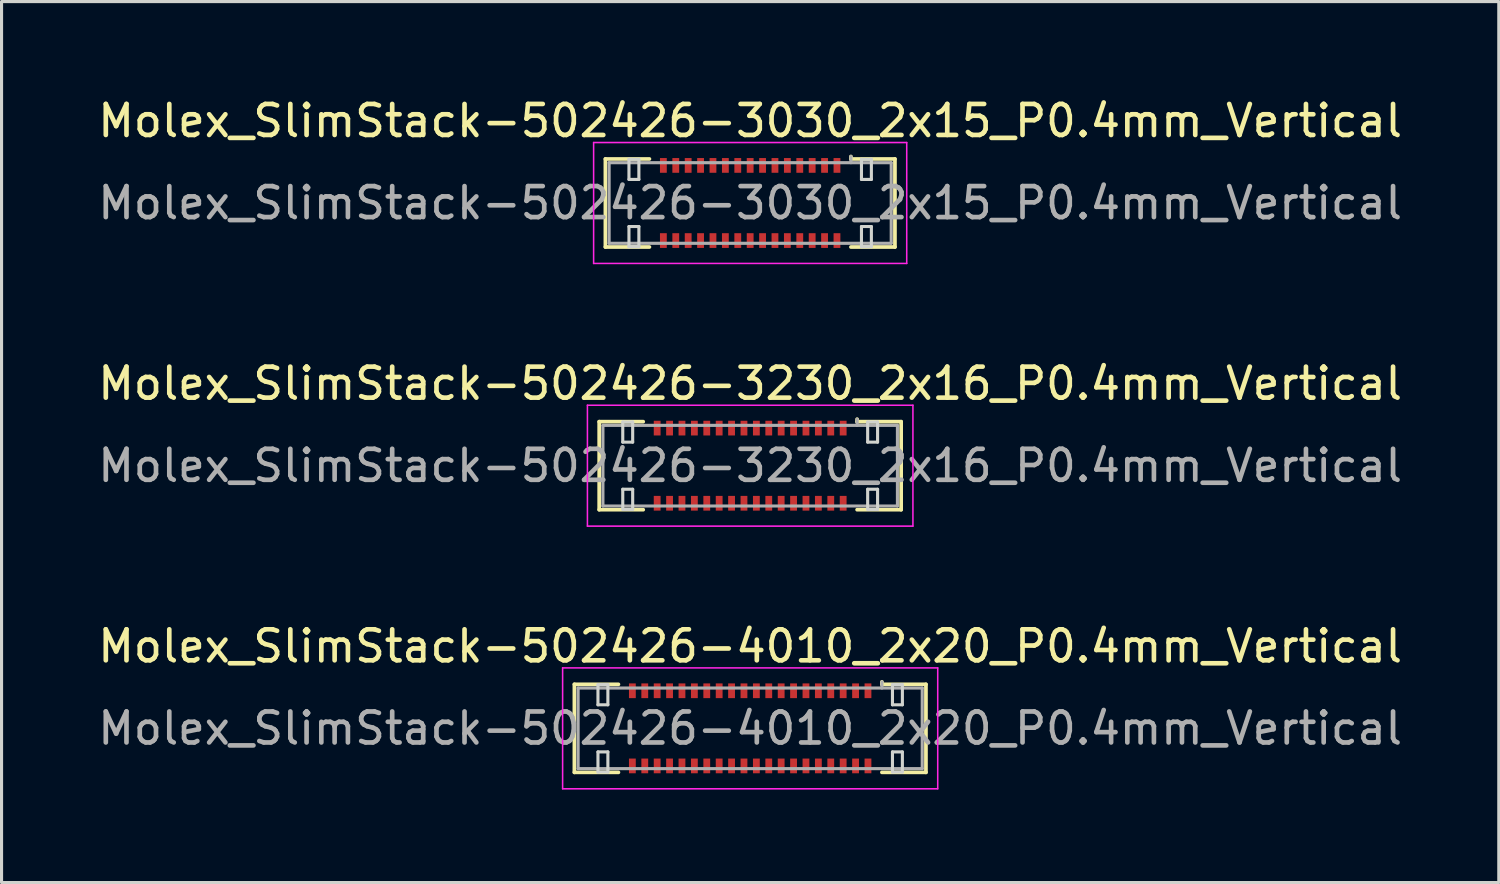
<source format=kicad_pcb>
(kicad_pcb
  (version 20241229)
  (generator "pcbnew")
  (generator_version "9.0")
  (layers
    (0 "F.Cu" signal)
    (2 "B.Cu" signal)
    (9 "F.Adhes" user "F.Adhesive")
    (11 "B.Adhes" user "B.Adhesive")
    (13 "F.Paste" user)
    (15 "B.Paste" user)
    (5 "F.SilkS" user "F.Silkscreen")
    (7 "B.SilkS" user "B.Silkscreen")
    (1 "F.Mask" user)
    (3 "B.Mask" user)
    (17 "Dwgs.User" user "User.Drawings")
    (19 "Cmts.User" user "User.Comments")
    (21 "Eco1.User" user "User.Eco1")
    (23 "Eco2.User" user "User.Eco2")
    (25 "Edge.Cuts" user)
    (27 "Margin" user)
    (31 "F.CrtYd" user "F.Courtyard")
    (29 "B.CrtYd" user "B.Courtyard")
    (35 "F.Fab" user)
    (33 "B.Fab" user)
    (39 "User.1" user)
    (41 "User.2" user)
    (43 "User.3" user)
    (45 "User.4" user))
  (footprint "Molex_SlimStack-502426-3230_2x16_P0.4mm_Vertical"
    (layer "F.Cu")
    (at 21.149 11.972)
    (property "Reference" "Molex_SlimStack-502426-3230_2x16_P0.4mm_Vertical" (at 0 -2.65 0) (layer "F.SilkS") (effects (font (size 1 1) (thickness 0.15))))
    (attr smd)
    (fp_line (start -4.87 -1.42) (end -3.45 -1.42) (stroke (width 0.12) (type solid)) (layer "F.SilkS"))
    (fp_line (start -4.87 1.42) (end -4.87 -1.42) (stroke (width 0.12) (type solid)) (layer "F.SilkS"))
    (fp_line (start -3.45 1.42) (end -4.87 1.42) (stroke (width 0.12) (type solid)) (layer "F.SilkS"))
    (fp_line (start 3.45 -1.42) (end 3.45 -1.5) (stroke (width 0.12) (type solid)) (layer "F.SilkS"))
    (fp_line (start 3.45 1.42) (end 4.87 1.42) (stroke (width 0.12) (type solid)) (layer "F.SilkS"))
    (fp_line (start 4.87 -1.42) (end 3.45 -1.42) (stroke (width 0.12) (type solid)) (layer "F.SilkS"))
    (fp_line (start 4.87 1.42) (end 4.87 -1.42) (stroke (width 0.12) (type solid)) (layer "F.SilkS"))
    (fp_line (start -4.11 -1.41) (end -4.11 -0.76) (stroke (width 0.1) (type solid)) (layer "Edge.Cuts"))
    (fp_line (start -4.11 -0.76) (end -3.79 -0.76) (stroke (width 0.1) (type solid)) (layer "Edge.Cuts"))
    (fp_line (start -4.11 0.76) (end -4.11 1.41) (stroke (width 0.1) (type solid)) (layer "Edge.Cuts"))
    (fp_line (start -4.11 1.41) (end -3.79 1.41) (stroke (width 0.1) (type solid)) (layer "Edge.Cuts"))
    (fp_line (start -3.79 -1.41) (end -4.11 -1.41) (stroke (width 0.1) (type solid)) (layer "Edge.Cuts"))
    (fp_line (start -3.79 -0.76) (end -3.79 -1.41) (stroke (width 0.1) (type solid)) (layer "Edge.Cuts"))
    (fp_line (start -3.79 0.76) (end -4.11 0.76) (stroke (width 0.1) (type solid)) (layer "Edge.Cuts"))
    (fp_line (start -3.79 1.41) (end -3.79 0.76) (stroke (width 0.1) (type solid)) (layer "Edge.Cuts"))
    (fp_line (start 3.79 -1.41) (end 3.79 -0.76) (stroke (width 0.1) (type solid)) (layer "Edge.Cuts"))
    (fp_line (start 3.79 -0.76) (end 4.11 -0.76) (stroke (width 0.1) (type solid)) (layer "Edge.Cuts"))
    (fp_line (start 3.79 0.76) (end 3.79 1.41) (stroke (width 0.1) (type solid)) (layer "Edge.Cuts"))
    (fp_line (start 3.79 1.41) (end 4.11 1.41) (stroke (width 0.1) (type solid)) (layer "Edge.Cuts"))
    (fp_line (start 4.11 -1.41) (end 3.79 -1.41) (stroke (width 0.1) (type solid)) (layer "Edge.Cuts"))
    (fp_line (start 4.11 -0.76) (end 4.11 -1.41) (stroke (width 0.1) (type solid)) (layer "Edge.Cuts"))
    (fp_line (start 4.11 0.76) (end 3.79 0.76) (stroke (width 0.1) (type solid)) (layer "Edge.Cuts"))
    (fp_line (start 4.11 1.41) (end 4.11 0.76) (stroke (width 0.1) (type solid)) (layer "Edge.Cuts"))
    (fp_line (start -5.25 -1.95) (end -5.25 1.95) (stroke (width 0.05) (type solid)) (layer "F.CrtYd"))
    (fp_line (start -5.25 1.95) (end 5.25 1.95) (stroke (width 0.05) (type solid)) (layer "F.CrtYd"))
    (fp_line (start 5.25 -1.95) (end -5.25 -1.95) (stroke (width 0.05) (type solid)) (layer "F.CrtYd"))
    (fp_line (start 5.25 1.95) (end 5.25 -1.95) (stroke (width 0.05) (type solid)) (layer "F.CrtYd"))
    (fp_line (start -4.75 -1.3) (end -4.75 1.3) (stroke (width 0.1) (type solid)) (layer "F.Fab"))
    (fp_line (start -4.75 1.3) (end 4.75 1.3) (stroke (width 0.1) (type solid)) (layer "F.Fab"))
    (fp_line (start 3.45 -1.3) (end 3.45 -1.5) (stroke (width 0.1) (type solid)) (layer "F.Fab"))
    (fp_line (start 4.75 -1.3) (end -4.75 -1.3) (stroke (width 0.1) (type solid)) (layer "F.Fab"))
    (fp_line (start 4.75 1.3) (end 4.75 -1.3) (stroke (width 0.1) (type solid)) (layer "F.Fab"))
    (fp_text user "${REFERENCE}" (at 0 0 0) (layer "F.Fab") (effects (font (size 1 1) (thickness 0.15))))
    (pad "1" smd rect (at 3 -1.212) (size 0.22 0.475) (layers "F.Cu" "F.Mask" "F.Paste"))
    (pad "2" smd rect (at 3 1.212) (size 0.22 0.475) (layers "F.Cu" "F.Mask" "F.Paste"))
    (pad "3" smd rect (at 2.6 -1.212) (size 0.22 0.475) (layers "F.Cu" "F.Mask" "F.Paste"))
    (pad "4" smd rect (at 2.6 1.212) (size 0.22 0.475) (layers "F.Cu" "F.Mask" "F.Paste"))
    (pad "5" smd rect (at 2.2 -1.212) (size 0.22 0.475) (layers "F.Cu" "F.Mask" "F.Paste"))
    (pad "6" smd rect (at 2.2 1.212) (size 0.22 0.475) (layers "F.Cu" "F.Mask" "F.Paste"))
    (pad "7" smd rect (at 1.8 -1.212) (size 0.22 0.475) (layers "F.Cu" "F.Mask" "F.Paste"))
    (pad "8" smd rect (at 1.8 1.212) (size 0.22 0.475) (layers "F.Cu" "F.Mask" "F.Paste"))
    (pad "9" smd rect (at 1.4 -1.212) (size 0.22 0.475) (layers "F.Cu" "F.Mask" "F.Paste"))
    (pad "10" smd rect (at 1.4 1.212) (size 0.22 0.475) (layers "F.Cu" "F.Mask" "F.Paste"))
    (pad "11" smd rect (at 1 -1.212) (size 0.22 0.475) (layers "F.Cu" "F.Mask" "F.Paste"))
    (pad "12" smd rect (at 1 1.212) (size 0.22 0.475) (layers "F.Cu" "F.Mask" "F.Paste"))
    (pad "13" smd rect (at 0.6 -1.212) (size 0.22 0.475) (layers "F.Cu" "F.Mask" "F.Paste"))
    (pad "14" smd rect (at 0.6 1.212) (size 0.22 0.475) (layers "F.Cu" "F.Mask" "F.Paste"))
    (pad "15" smd rect (at 0.2 -1.212) (size 0.22 0.475) (layers "F.Cu" "F.Mask" "F.Paste"))
    (pad "16" smd rect (at 0.2 1.212) (size 0.22 0.475) (layers "F.Cu" "F.Mask" "F.Paste"))
    (pad "17" smd rect (at -0.2 -1.212) (size 0.22 0.475) (layers "F.Cu" "F.Mask" "F.Paste"))
    (pad "18" smd rect (at -0.2 1.212) (size 0.22 0.475) (layers "F.Cu" "F.Mask" "F.Paste"))
    (pad "19" smd rect (at -0.6 -1.212) (size 0.22 0.475) (layers "F.Cu" "F.Mask" "F.Paste"))
    (pad "20" smd rect (at -0.6 1.212) (size 0.22 0.475) (layers "F.Cu" "F.Mask" "F.Paste"))
    (pad "21" smd rect (at -1 -1.212) (size 0.22 0.475) (layers "F.Cu" "F.Mask" "F.Paste"))
    (pad "22" smd rect (at -1 1.212) (size 0.22 0.475) (layers "F.Cu" "F.Mask" "F.Paste"))
    (pad "23" smd rect (at -1.4 -1.212) (size 0.22 0.475) (layers "F.Cu" "F.Mask" "F.Paste"))
    (pad "24" smd rect (at -1.4 1.212) (size 0.22 0.475) (layers "F.Cu" "F.Mask" "F.Paste"))
    (pad "25" smd rect (at -1.8 -1.212) (size 0.22 0.475) (layers "F.Cu" "F.Mask" "F.Paste"))
    (pad "26" smd rect (at -1.8 1.212) (size 0.22 0.475) (layers "F.Cu" "F.Mask" "F.Paste"))
    (pad "27" smd rect (at -2.2 -1.212) (size 0.22 0.475) (layers "F.Cu" "F.Mask" "F.Paste"))
    (pad "28" smd rect (at -2.2 1.212) (size 0.22 0.475) (layers "F.Cu" "F.Mask" "F.Paste"))
    (pad "29" smd rect (at -2.6 -1.212) (size 0.22 0.475) (layers "F.Cu" "F.Mask" "F.Paste"))
    (pad "30" smd rect (at -2.6 1.212) (size 0.22 0.475) (layers "F.Cu" "F.Mask" "F.Paste"))
    (pad "31" smd rect (at -3 -1.212) (size 0.22 0.475) (layers "F.Cu" "F.Mask" "F.Paste"))
    (pad "32" smd rect (at -3 1.212) (size 0.22 0.475) (layers "F.Cu" "F.Mask" "F.Paste")))
  (footprint "Molex_SlimStack-502426-4010_2x20_P0.4mm_Vertical"
    (layer "F.Cu")
    (at 21.149 20.445)
    (property "Reference" "Molex_SlimStack-502426-4010_2x20_P0.4mm_Vertical" (at 0 -2.65 0) (layer "F.SilkS") (effects (font (size 1 1) (thickness 0.15))))
    (attr smd)
    (fp_line (start -5.67 -1.42) (end -4.25 -1.42) (stroke (width 0.12) (type solid)) (layer "F.SilkS"))
    (fp_line (start -5.67 1.42) (end -5.67 -1.42) (stroke (width 0.12) (type solid)) (layer "F.SilkS"))
    (fp_line (start -4.25 1.42) (end -5.67 1.42) (stroke (width 0.12) (type solid)) (layer "F.SilkS"))
    (fp_line (start 4.25 -1.42) (end 4.25 -1.5) (stroke (width 0.12) (type solid)) (layer "F.SilkS"))
    (fp_line (start 4.25 1.42) (end 5.67 1.42) (stroke (width 0.12) (type solid)) (layer "F.SilkS"))
    (fp_line (start 5.67 -1.42) (end 4.25 -1.42) (stroke (width 0.12) (type solid)) (layer "F.SilkS"))
    (fp_line (start 5.67 1.42) (end 5.67 -1.42) (stroke (width 0.12) (type solid)) (layer "F.SilkS"))
    (fp_line (start -4.91 -1.41) (end -4.91 -0.76) (stroke (width 0.1) (type solid)) (layer "Edge.Cuts"))
    (fp_line (start -4.91 -0.76) (end -4.59 -0.76) (stroke (width 0.1) (type solid)) (layer "Edge.Cuts"))
    (fp_line (start -4.91 0.76) (end -4.91 1.41) (stroke (width 0.1) (type solid)) (layer "Edge.Cuts"))
    (fp_line (start -4.91 1.41) (end -4.59 1.41) (stroke (width 0.1) (type solid)) (layer "Edge.Cuts"))
    (fp_line (start -4.59 -1.41) (end -4.91 -1.41) (stroke (width 0.1) (type solid)) (layer "Edge.Cuts"))
    (fp_line (start -4.59 -0.76) (end -4.59 -1.41) (stroke (width 0.1) (type solid)) (layer "Edge.Cuts"))
    (fp_line (start -4.59 0.76) (end -4.91 0.76) (stroke (width 0.1) (type solid)) (layer "Edge.Cuts"))
    (fp_line (start -4.59 1.41) (end -4.59 0.76) (stroke (width 0.1) (type solid)) (layer "Edge.Cuts"))
    (fp_line (start 4.59 -1.41) (end 4.59 -0.76) (stroke (width 0.1) (type solid)) (layer "Edge.Cuts"))
    (fp_line (start 4.59 -0.76) (end 4.91 -0.76) (stroke (width 0.1) (type solid)) (layer "Edge.Cuts"))
    (fp_line (start 4.59 0.76) (end 4.59 1.41) (stroke (width 0.1) (type solid)) (layer "Edge.Cuts"))
    (fp_line (start 4.59 1.41) (end 4.91 1.41) (stroke (width 0.1) (type solid)) (layer "Edge.Cuts"))
    (fp_line (start 4.91 -1.41) (end 4.59 -1.41) (stroke (width 0.1) (type solid)) (layer "Edge.Cuts"))
    (fp_line (start 4.91 -0.76) (end 4.91 -1.41) (stroke (width 0.1) (type solid)) (layer "Edge.Cuts"))
    (fp_line (start 4.91 0.76) (end 4.59 0.76) (stroke (width 0.1) (type solid)) (layer "Edge.Cuts"))
    (fp_line (start 4.91 1.41) (end 4.91 0.76) (stroke (width 0.1) (type solid)) (layer "Edge.Cuts"))
    (fp_line (start -6.05 -1.95) (end -6.05 1.95) (stroke (width 0.05) (type solid)) (layer "F.CrtYd"))
    (fp_line (start -6.05 1.95) (end 6.05 1.95) (stroke (width 0.05) (type solid)) (layer "F.CrtYd"))
    (fp_line (start 6.05 -1.95) (end -6.05 -1.95) (stroke (width 0.05) (type solid)) (layer "F.CrtYd"))
    (fp_line (start 6.05 1.95) (end 6.05 -1.95) (stroke (width 0.05) (type solid)) (layer "F.CrtYd"))
    (fp_line (start -5.55 -1.3) (end -5.55 1.3) (stroke (width 0.1) (type solid)) (layer "F.Fab"))
    (fp_line (start -5.55 1.3) (end 5.55 1.3) (stroke (width 0.1) (type solid)) (layer "F.Fab"))
    (fp_line (start 4.25 -1.3) (end 4.25 -1.5) (stroke (width 0.1) (type solid)) (layer "F.Fab"))
    (fp_line (start 5.55 -1.3) (end -5.55 -1.3) (stroke (width 0.1) (type solid)) (layer "F.Fab"))
    (fp_line (start 5.55 1.3) (end 5.55 -1.3) (stroke (width 0.1) (type solid)) (layer "F.Fab"))
    (fp_text user "${REFERENCE}" (at 0 0 0) (layer "F.Fab") (effects (font (size 1 1) (thickness 0.15))))
    (pad "1" smd rect (at 3.8 -1.212) (size 0.22 0.475) (layers "F.Cu" "F.Mask" "F.Paste"))
    (pad "2" smd rect (at 3.8 1.212) (size 0.22 0.475) (layers "F.Cu" "F.Mask" "F.Paste"))
    (pad "3" smd rect (at 3.4 -1.212) (size 0.22 0.475) (layers "F.Cu" "F.Mask" "F.Paste"))
    (pad "4" smd rect (at 3.4 1.212) (size 0.22 0.475) (layers "F.Cu" "F.Mask" "F.Paste"))
    (pad "5" smd rect (at 3 -1.212) (size 0.22 0.475) (layers "F.Cu" "F.Mask" "F.Paste"))
    (pad "6" smd rect (at 3 1.212) (size 0.22 0.475) (layers "F.Cu" "F.Mask" "F.Paste"))
    (pad "7" smd rect (at 2.6 -1.212) (size 0.22 0.475) (layers "F.Cu" "F.Mask" "F.Paste"))
    (pad "8" smd rect (at 2.6 1.212) (size 0.22 0.475) (layers "F.Cu" "F.Mask" "F.Paste"))
    (pad "9" smd rect (at 2.2 -1.212) (size 0.22 0.475) (layers "F.Cu" "F.Mask" "F.Paste"))
    (pad "10" smd rect (at 2.2 1.212) (size 0.22 0.475) (layers "F.Cu" "F.Mask" "F.Paste"))
    (pad "11" smd rect (at 1.8 -1.212) (size 0.22 0.475) (layers "F.Cu" "F.Mask" "F.Paste"))
    (pad "12" smd rect (at 1.8 1.212) (size 0.22 0.475) (layers "F.Cu" "F.Mask" "F.Paste"))
    (pad "13" smd rect (at 1.4 -1.212) (size 0.22 0.475) (layers "F.Cu" "F.Mask" "F.Paste"))
    (pad "14" smd rect (at 1.4 1.212) (size 0.22 0.475) (layers "F.Cu" "F.Mask" "F.Paste"))
    (pad "15" smd rect (at 1 -1.212) (size 0.22 0.475) (layers "F.Cu" "F.Mask" "F.Paste"))
    (pad "16" smd rect (at 1 1.212) (size 0.22 0.475) (layers "F.Cu" "F.Mask" "F.Paste"))
    (pad "17" smd rect (at 0.6 -1.212) (size 0.22 0.475) (layers "F.Cu" "F.Mask" "F.Paste"))
    (pad "18" smd rect (at 0.6 1.212) (size 0.22 0.475) (layers "F.Cu" "F.Mask" "F.Paste"))
    (pad "19" smd rect (at 0.2 -1.212) (size 0.22 0.475) (layers "F.Cu" "F.Mask" "F.Paste"))
    (pad "20" smd rect (at 0.2 1.212) (size 0.22 0.475) (layers "F.Cu" "F.Mask" "F.Paste"))
    (pad "21" smd rect (at -0.2 -1.212) (size 0.22 0.475) (layers "F.Cu" "F.Mask" "F.Paste"))
    (pad "22" smd rect (at -0.2 1.212) (size 0.22 0.475) (layers "F.Cu" "F.Mask" "F.Paste"))
    (pad "23" smd rect (at -0.6 -1.212) (size 0.22 0.475) (layers "F.Cu" "F.Mask" "F.Paste"))
    (pad "24" smd rect (at -0.6 1.212) (size 0.22 0.475) (layers "F.Cu" "F.Mask" "F.Paste"))
    (pad "25" smd rect (at -1 -1.212) (size 0.22 0.475) (layers "F.Cu" "F.Mask" "F.Paste"))
    (pad "26" smd rect (at -1 1.212) (size 0.22 0.475) (layers "F.Cu" "F.Mask" "F.Paste"))
    (pad "27" smd rect (at -1.4 -1.212) (size 0.22 0.475) (layers "F.Cu" "F.Mask" "F.Paste"))
    (pad "28" smd rect (at -1.4 1.212) (size 0.22 0.475) (layers "F.Cu" "F.Mask" "F.Paste"))
    (pad "29" smd rect (at -1.8 -1.212) (size 0.22 0.475) (layers "F.Cu" "F.Mask" "F.Paste"))
    (pad "30" smd rect (at -1.8 1.212) (size 0.22 0.475) (layers "F.Cu" "F.Mask" "F.Paste"))
    (pad "31" smd rect (at -2.2 -1.212) (size 0.22 0.475) (layers "F.Cu" "F.Mask" "F.Paste"))
    (pad "32" smd rect (at -2.2 1.212) (size 0.22 0.475) (layers "F.Cu" "F.Mask" "F.Paste"))
    (pad "33" smd rect (at -2.6 -1.212) (size 0.22 0.475) (layers "F.Cu" "F.Mask" "F.Paste"))
    (pad "34" smd rect (at -2.6 1.212) (size 0.22 0.475) (layers "F.Cu" "F.Mask" "F.Paste"))
    (pad "35" smd rect (at -3 -1.212) (size 0.22 0.475) (layers "F.Cu" "F.Mask" "F.Paste"))
    (pad "36" smd rect (at -3 1.212) (size 0.22 0.475) (layers "F.Cu" "F.Mask" "F.Paste"))
    (pad "37" smd rect (at -3.4 -1.212) (size 0.22 0.475) (layers "F.Cu" "F.Mask" "F.Paste"))
    (pad "38" smd rect (at -3.4 1.212) (size 0.22 0.475) (layers "F.Cu" "F.Mask" "F.Paste"))
    (pad "39" smd rect (at -3.8 -1.212) (size 0.22 0.475) (layers "F.Cu" "F.Mask" "F.Paste"))
    (pad "40" smd rect (at -3.8 1.212) (size 0.22 0.475) (layers "F.Cu" "F.Mask" "F.Paste")))
  (footprint "Molex_SlimStack-502426-3030_2x15_P0.4mm_Vertical"
    (layer "F.Cu")
    (at 21.149 3.498)
    (property "Reference" "Molex_SlimStack-502426-3030_2x15_P0.4mm_Vertical" (at 0 -2.65 0) (layer "F.SilkS") (effects (font (size 1 1) (thickness 0.15))))
    (attr smd)
    (fp_line (start -4.67 -1.42) (end -3.25 -1.42) (stroke (width 0.12) (type solid)) (layer "F.SilkS"))
    (fp_line (start -4.67 1.42) (end -4.67 -1.42) (stroke (width 0.12) (type solid)) (layer "F.SilkS"))
    (fp_line (start -3.25 1.42) (end -4.67 1.42) (stroke (width 0.12) (type solid)) (layer "F.SilkS"))
    (fp_line (start 3.25 -1.42) (end 3.25 -1.5) (stroke (width 0.12) (type solid)) (layer "F.SilkS"))
    (fp_line (start 3.25 1.42) (end 4.67 1.42) (stroke (width 0.12) (type solid)) (layer "F.SilkS"))
    (fp_line (start 4.67 -1.42) (end 3.25 -1.42) (stroke (width 0.12) (type solid)) (layer "F.SilkS"))
    (fp_line (start 4.67 1.42) (end 4.67 -1.42) (stroke (width 0.12) (type solid)) (layer "F.SilkS"))
    (fp_line (start -3.91 -1.41) (end -3.91 -0.76) (stroke (width 0.1) (type solid)) (layer "Edge.Cuts"))
    (fp_line (start -3.91 -0.76) (end -3.59 -0.76) (stroke (width 0.1) (type solid)) (layer "Edge.Cuts"))
    (fp_line (start -3.91 0.76) (end -3.91 1.41) (stroke (width 0.1) (type solid)) (layer "Edge.Cuts"))
    (fp_line (start -3.91 1.41) (end -3.59 1.41) (stroke (width 0.1) (type solid)) (layer "Edge.Cuts"))
    (fp_line (start -3.59 -1.41) (end -3.91 -1.41) (stroke (width 0.1) (type solid)) (layer "Edge.Cuts"))
    (fp_line (start -3.59 -0.76) (end -3.59 -1.41) (stroke (width 0.1) (type solid)) (layer "Edge.Cuts"))
    (fp_line (start -3.59 0.76) (end -3.91 0.76) (stroke (width 0.1) (type solid)) (layer "Edge.Cuts"))
    (fp_line (start -3.59 1.41) (end -3.59 0.76) (stroke (width 0.1) (type solid)) (layer "Edge.Cuts"))
    (fp_line (start 3.59 -1.41) (end 3.59 -0.76) (stroke (width 0.1) (type solid)) (layer "Edge.Cuts"))
    (fp_line (start 3.59 -0.76) (end 3.91 -0.76) (stroke (width 0.1) (type solid)) (layer "Edge.Cuts"))
    (fp_line (start 3.59 0.76) (end 3.59 1.41) (stroke (width 0.1) (type solid)) (layer "Edge.Cuts"))
    (fp_line (start 3.59 1.41) (end 3.91 1.41) (stroke (width 0.1) (type solid)) (layer "Edge.Cuts"))
    (fp_line (start 3.91 -1.41) (end 3.59 -1.41) (stroke (width 0.1) (type solid)) (layer "Edge.Cuts"))
    (fp_line (start 3.91 -0.76) (end 3.91 -1.41) (stroke (width 0.1) (type solid)) (layer "Edge.Cuts"))
    (fp_line (start 3.91 0.76) (end 3.59 0.76) (stroke (width 0.1) (type solid)) (layer "Edge.Cuts"))
    (fp_line (start 3.91 1.41) (end 3.91 0.76) (stroke (width 0.1) (type solid)) (layer "Edge.Cuts"))
    (fp_line (start -5.05 -1.95) (end -5.05 1.95) (stroke (width 0.05) (type solid)) (layer "F.CrtYd"))
    (fp_line (start -5.05 1.95) (end 5.05 1.95) (stroke (width 0.05) (type solid)) (layer "F.CrtYd"))
    (fp_line (start 5.05 -1.95) (end -5.05 -1.95) (stroke (width 0.05) (type solid)) (layer "F.CrtYd"))
    (fp_line (start 5.05 1.95) (end 5.05 -1.95) (stroke (width 0.05) (type solid)) (layer "F.CrtYd"))
    (fp_line (start -4.55 -1.3) (end -4.55 1.3) (stroke (width 0.1) (type solid)) (layer "F.Fab"))
    (fp_line (start -4.55 1.3) (end 4.55 1.3) (stroke (width 0.1) (type solid)) (layer "F.Fab"))
    (fp_line (start 3.25 -1.3) (end 3.25 -1.5) (stroke (width 0.1) (type solid)) (layer "F.Fab"))
    (fp_line (start 4.55 -1.3) (end -4.55 -1.3) (stroke (width 0.1) (type solid)) (layer "F.Fab"))
    (fp_line (start 4.55 1.3) (end 4.55 -1.3) (stroke (width 0.1) (type solid)) (layer "F.Fab"))
    (fp_text user "${REFERENCE}" (at 0 0 0) (layer "F.Fab") (effects (font (size 1 1) (thickness 0.15))))
    (pad "1" smd rect (at 2.8 -1.212) (size 0.22 0.475) (layers "F.Cu" "F.Mask" "F.Paste"))
    (pad "2" smd rect (at 2.8 1.212) (size 0.22 0.475) (layers "F.Cu" "F.Mask" "F.Paste"))
    (pad "3" smd rect (at 2.4 -1.212) (size 0.22 0.475) (layers "F.Cu" "F.Mask" "F.Paste"))
    (pad "4" smd rect (at 2.4 1.212) (size 0.22 0.475) (layers "F.Cu" "F.Mask" "F.Paste"))
    (pad "5" smd rect (at 2 -1.212) (size 0.22 0.475) (layers "F.Cu" "F.Mask" "F.Paste"))
    (pad "6" smd rect (at 2 1.212) (size 0.22 0.475) (layers "F.Cu" "F.Mask" "F.Paste"))
    (pad "7" smd rect (at 1.6 -1.212) (size 0.22 0.475) (layers "F.Cu" "F.Mask" "F.Paste"))
    (pad "8" smd rect (at 1.6 1.212) (size 0.22 0.475) (layers "F.Cu" "F.Mask" "F.Paste"))
    (pad "9" smd rect (at 1.2 -1.212) (size 0.22 0.475) (layers "F.Cu" "F.Mask" "F.Paste"))
    (pad "10" smd rect (at 1.2 1.212) (size 0.22 0.475) (layers "F.Cu" "F.Mask" "F.Paste"))
    (pad "11" smd rect (at 0.8 -1.212) (size 0.22 0.475) (layers "F.Cu" "F.Mask" "F.Paste"))
    (pad "12" smd rect (at 0.8 1.212) (size 0.22 0.475) (layers "F.Cu" "F.Mask" "F.Paste"))
    (pad "13" smd rect (at 0.4 -1.212) (size 0.22 0.475) (layers "F.Cu" "F.Mask" "F.Paste"))
    (pad "14" smd rect (at 0.4 1.212) (size 0.22 0.475) (layers "F.Cu" "F.Mask" "F.Paste"))
    (pad "15" smd rect (at 0 -1.212) (size 0.22 0.475) (layers "F.Cu" "F.Mask" "F.Paste"))
    (pad "16" smd rect (at 0 1.212) (size 0.22 0.475) (layers "F.Cu" "F.Mask" "F.Paste"))
    (pad "17" smd rect (at -0.4 -1.212) (size 0.22 0.475) (layers "F.Cu" "F.Mask" "F.Paste"))
    (pad "18" smd rect (at -0.4 1.212) (size 0.22 0.475) (layers "F.Cu" "F.Mask" "F.Paste"))
    (pad "19" smd rect (at -0.8 -1.212) (size 0.22 0.475) (layers "F.Cu" "F.Mask" "F.Paste"))
    (pad "20" smd rect (at -0.8 1.212) (size 0.22 0.475) (layers "F.Cu" "F.Mask" "F.Paste"))
    (pad "21" smd rect (at -1.2 -1.212) (size 0.22 0.475) (layers "F.Cu" "F.Mask" "F.Paste"))
    (pad "22" smd rect (at -1.2 1.212) (size 0.22 0.475) (layers "F.Cu" "F.Mask" "F.Paste"))
    (pad "23" smd rect (at -1.6 -1.212) (size 0.22 0.475) (layers "F.Cu" "F.Mask" "F.Paste"))
    (pad "24" smd rect (at -1.6 1.212) (size 0.22 0.475) (layers "F.Cu" "F.Mask" "F.Paste"))
    (pad "25" smd rect (at -2 -1.212) (size 0.22 0.475) (layers "F.Cu" "F.Mask" "F.Paste"))
    (pad "26" smd rect (at -2 1.212) (size 0.22 0.475) (layers "F.Cu" "F.Mask" "F.Paste"))
    (pad "27" smd rect (at -2.4 -1.212) (size 0.22 0.475) (layers "F.Cu" "F.Mask" "F.Paste"))
    (pad "28" smd rect (at -2.4 1.212) (size 0.22 0.475) (layers "F.Cu" "F.Mask" "F.Paste"))
    (pad "29" smd rect (at -2.8 -1.212) (size 0.22 0.475) (layers "F.Cu" "F.Mask" "F.Paste"))
    (pad "30" smd rect (at -2.8 1.212) (size 0.22 0.475) (layers "F.Cu" "F.Mask" "F.Paste")))
  (gr_rect
    (start -3 -3)
    (end 45.298 25.42)
    (stroke (width 0.1) (type default))
    (fill no)
    (layer "Edge.Cuts")))
</source>
